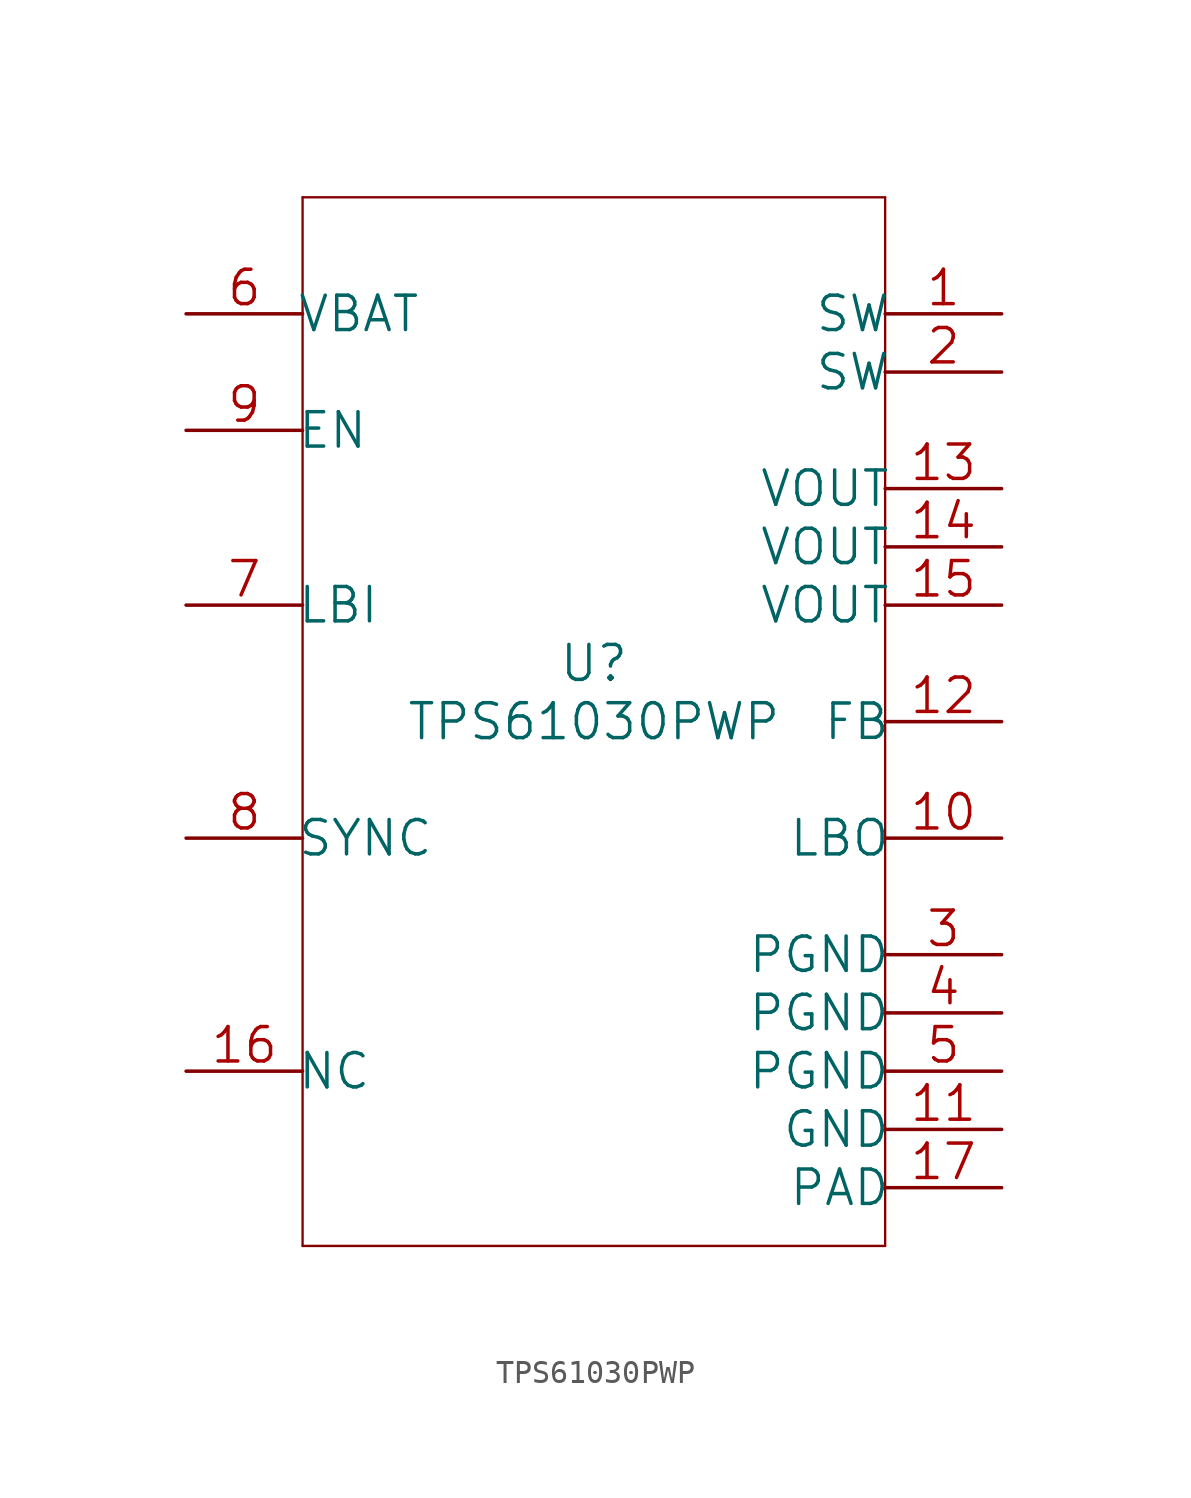
<source format=kicad_sym>
(kicad_symbol_lib
  (version 20211014)
  (generator kicad_symbol_editor)
  (symbol "TPS61030PWP"
    (pin_names
      (offset -0.254))
    (property "Reference" "U"
      (at 0 2.54 0)
      (effects (font (size 1.524 1.524))))
    (property "Value" "TPS61030PWP"
      (at 0 0 0)
      (effects (font (size 1.524 1.524))))
    (property "Datasheet" ""
      (at 0 0 0)
      (effects (font (size 1.524 1.524))))
    (symbol "TPS61030PWP_1_1"
      (polyline (pts (xy -12.7 -22.86) (xy 12.7 -22.86)) (stroke (width 0.102) (type default) (color 0 0 0 0)) (fill (type none)))
      (polyline (pts (xy -12.7 22.86) (xy -12.7 -22.86)) (stroke (width 0.102) (type default) (color 0 0 0 0)) (fill (type none)))
      (polyline (pts (xy 12.7 -22.86) (xy 12.7 22.86)) (stroke (width 0.102) (type default) (color 0 0 0 0)) (fill (type none)))
      (polyline (pts (xy 12.7 22.86) (xy -12.7 22.86)) (stroke (width 0.102) (type default) (color 0 0 0 0)) (fill (type none)))
      (pin power_in line (at 17.78 17.78 180) (length 5.08) (name "SW" (effects (font (size 1.499 1.499)))) (number "1" (effects (font (size 1.499 1.499)))))
      (pin tri_state line (at 17.78 -5.08 180) (length 5.08) (name "LBO" (effects (font (size 1.499 1.499)))) (number "10" (effects (font (size 1.499 1.499)))))
      (pin power_in line (at 17.78 -17.78 180) (length 5.08) (name "GND" (effects (font (size 1.499 1.499)))) (number "11" (effects (font (size 1.499 1.499)))))
      (pin input line (at 17.78 0 180) (length 5.08) (name "FB" (effects (font (size 1.499 1.499)))) (number "12" (effects (font (size 1.499 1.499)))))
      (pin power_in line (at 17.78 10.16 180) (length 5.08) (name "VOUT" (effects (font (size 1.499 1.499)))) (number "13" (effects (font (size 1.499 1.499)))))
      (pin power_in line (at 17.78 7.62 180) (length 5.08) (name "VOUT" (effects (font (size 1.499 1.499)))) (number "14" (effects (font (size 1.499 1.499)))))
      (pin power_in line (at 17.78 5.08 180) (length 5.08) (name "VOUT" (effects (font (size 1.499 1.499)))) (number "15" (effects (font (size 1.499 1.499)))))
      (pin unspecified line (at -17.78 -15.24 0) (length 5.08) (name "NC" (effects (font (size 1.499 1.499)))) (number "16" (effects (font (size 1.499 1.499)))))
      (pin power_in line (at 17.78 -20.32 180) (length 5.08) (name "PAD" (effects (font (size 1.499 1.499)))) (number "17" (effects (font (size 1.499 1.499)))))
      (pin power_in line (at 17.78 15.24 180) (length 5.08) (name "SW" (effects (font (size 1.499 1.499)))) (number "2" (effects (font (size 1.499 1.499)))))
      (pin power_in line (at 17.78 -10.16 180) (length 5.08) (name "PGND" (effects (font (size 1.499 1.499)))) (number "3" (effects (font (size 1.499 1.499)))))
      (pin power_in line (at 17.78 -12.7 180) (length 5.08) (name "PGND" (effects (font (size 1.499 1.499)))) (number "4" (effects (font (size 1.499 1.499)))))
      (pin power_in line (at 17.78 -15.24 180) (length 5.08) (name "PGND" (effects (font (size 1.499 1.499)))) (number "5" (effects (font (size 1.499 1.499)))))
      (pin power_in line (at -17.78 17.78 0) (length 5.08) (name "VBAT" (effects (font (size 1.499 1.499)))) (number "6" (effects (font (size 1.499 1.499)))))
      (pin input line (at -17.78 5.08 0) (length 5.08) (name "LBI" (effects (font (size 1.499 1.499)))) (number "7" (effects (font (size 1.499 1.499)))))
      (pin input line (at -17.78 -5.08 0) (length 5.08) (name "SYNC" (effects (font (size 1.499 1.499)))) (number "8" (effects (font (size 1.499 1.499)))))
      (pin input line (at -17.78 12.7 0) (length 5.08) (name "EN" (effects (font (size 1.499 1.499)))) (number "9" (effects (font (size 1.499 1.499))))))))
</source>
